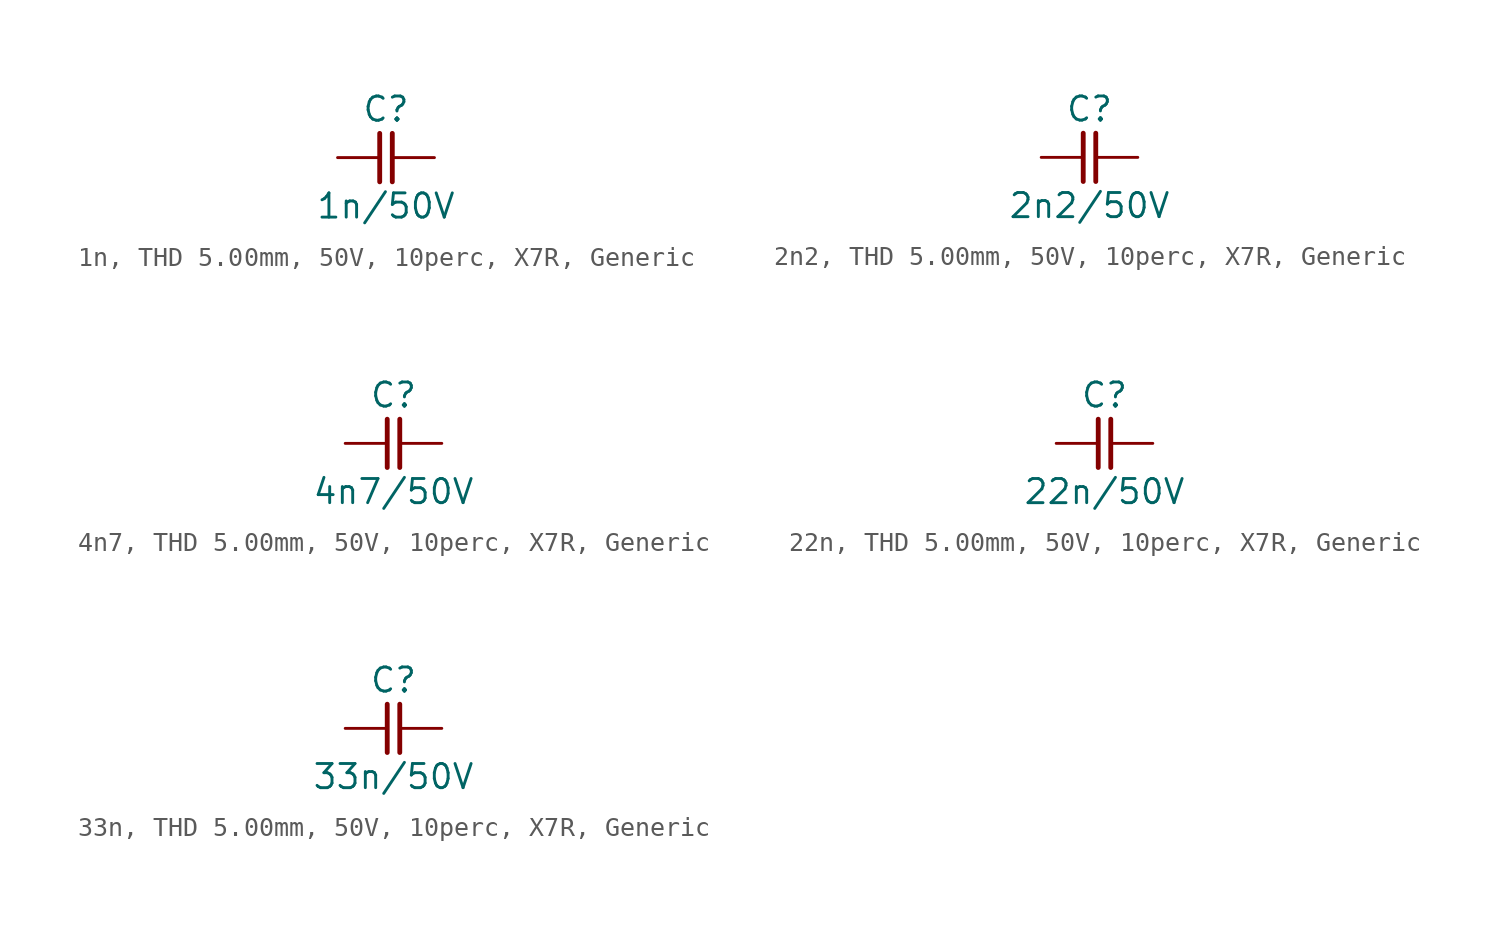
<source format=kicad_sym>
(kicad_symbol_lib
  (version 20241209)
  (generator "kicad_symbol_editor")
  (generator_version "9.0")
  (symbol "1n, THD 5.00mm, 50V, 10perc, X7R, Generic"
    (pin_numbers
      (hide yes))
    (pin_names
      (offset 0)
      (hide yes))
    (property "Reference" "C"
      (at 0 2.54 0)
      (effects (font (size 1.27 1.27))))
    (property "Value" "1n/50V"
      (at 0 -2.54 0)
      (effects (font (size 1.27 1.27))))
    (symbol "1n, THD 5.00mm, 50V, 10perc, X7R, Generic_0_1"
      (polyline (pts (xy -0.33 1.27) (xy -0.33 -1.27)) (stroke (width 0.254) (type default)) (fill (type none)))
      (polyline (pts (xy 0.33 1.27) (xy 0.33 -1.27)) (stroke (width 0.254) (type default)) (fill (type none))))
    (symbol "1n, THD 5.00mm, 50V, 10perc, X7R, Generic_1_1"
      (pin passive line (at -2.54 0 0) (length 2.21) (name "1" (effects (font (size 1.27 1.27)))) (number "1" (effects (font (size 1.27 1.27)))))
      (pin passive line (at 2.54 0 180) (length 2.21) (name "2" (effects (font (size 1.27 1.27)))) (number "2" (effects (font (size 1.27 1.27)))))))
  (symbol "2n2, THD 5.00mm, 50V, 10perc, X7R, Generic"
    (pin_numbers
      (hide yes))
    (pin_names
      (offset 0)
      (hide yes))
    (property "Reference" "C"
      (at 0 2.54 0)
      (effects (font (size 1.27 1.27))))
    (property "Value" "2n2/50V"
      (at 0 -2.54 0)
      (effects (font (size 1.27 1.27))))
    (symbol "2n2, THD 5.00mm, 50V, 10perc, X7R, Generic_0_1"
      (polyline (pts (xy -0.33 1.27) (xy -0.33 -1.27)) (stroke (width 0.254) (type default)) (fill (type none)))
      (polyline (pts (xy 0.33 1.27) (xy 0.33 -1.27)) (stroke (width 0.254) (type default)) (fill (type none))))
    (symbol "2n2, THD 5.00mm, 50V, 10perc, X7R, Generic_1_1"
      (pin passive line (at -2.54 0 0) (length 2.21) (name "1" (effects (font (size 1.27 1.27)))) (number "1" (effects (font (size 1.27 1.27)))))
      (pin passive line (at 2.54 0 180) (length 2.21) (name "2" (effects (font (size 1.27 1.27)))) (number "2" (effects (font (size 1.27 1.27)))))))
  (symbol "4n7, THD 5.00mm, 50V, 10perc, X7R, Generic"
    (pin_numbers
      (hide yes))
    (pin_names
      (offset 0)
      (hide yes))
    (property "Reference" "C"
      (at 0 2.54 0)
      (effects (font (size 1.27 1.27))))
    (property "Value" "4n7/50V"
      (at 0 -2.54 0)
      (effects (font (size 1.27 1.27))))
    (symbol "4n7, THD 5.00mm, 50V, 10perc, X7R, Generic_0_1"
      (polyline (pts (xy -0.33 1.27) (xy -0.33 -1.27)) (stroke (width 0.254) (type default)) (fill (type none)))
      (polyline (pts (xy 0.33 1.27) (xy 0.33 -1.27)) (stroke (width 0.254) (type default)) (fill (type none))))
    (symbol "4n7, THD 5.00mm, 50V, 10perc, X7R, Generic_1_1"
      (pin passive line (at -2.54 0 0) (length 2.21) (name "1" (effects (font (size 1.27 1.27)))) (number "1" (effects (font (size 1.27 1.27)))))
      (pin passive line (at 2.54 0 180) (length 2.21) (name "2" (effects (font (size 1.27 1.27)))) (number "2" (effects (font (size 1.27 1.27)))))))
  (symbol "22n, THD 5.00mm, 50V, 10perc, X7R, Generic"
    (pin_numbers
      (hide yes))
    (pin_names
      (offset 0)
      (hide yes))
    (property "Reference" "C"
      (at 0 2.54 0)
      (effects (font (size 1.27 1.27))))
    (property "Value" "22n/50V"
      (at 0 -2.54 0)
      (effects (font (size 1.27 1.27))))
    (symbol "22n, THD 5.00mm, 50V, 10perc, X7R, Generic_0_1"
      (polyline (pts (xy -0.33 1.27) (xy -0.33 -1.27)) (stroke (width 0.254) (type default)) (fill (type none)))
      (polyline (pts (xy 0.33 1.27) (xy 0.33 -1.27)) (stroke (width 0.254) (type default)) (fill (type none))))
    (symbol "22n, THD 5.00mm, 50V, 10perc, X7R, Generic_1_1"
      (pin passive line (at -2.54 0 0) (length 2.21) (name "1" (effects (font (size 1.27 1.27)))) (number "1" (effects (font (size 1.27 1.27)))))
      (pin passive line (at 2.54 0 180) (length 2.21) (name "2" (effects (font (size 1.27 1.27)))) (number "2" (effects (font (size 1.27 1.27)))))))
  (symbol "33n, THD 5.00mm, 50V, 10perc, X7R, Generic"
    (pin_numbers
      (hide yes))
    (pin_names
      (offset 0)
      (hide yes))
    (property "Reference" "C"
      (at 0 2.54 0)
      (effects (font (size 1.27 1.27))))
    (property "Value" "33n/50V"
      (at 0 -2.54 0)
      (effects (font (size 1.27 1.27))))
    (symbol "33n, THD 5.00mm, 50V, 10perc, X7R, Generic_0_1"
      (polyline (pts (xy -0.33 1.27) (xy -0.33 -1.27)) (stroke (width 0.254) (type default)) (fill (type none)))
      (polyline (pts (xy 0.33 1.27) (xy 0.33 -1.27)) (stroke (width 0.254) (type default)) (fill (type none))))
    (symbol "33n, THD 5.00mm, 50V, 10perc, X7R, Generic_1_1"
      (pin passive line (at -2.54 0 0) (length 2.21) (name "1" (effects (font (size 1.27 1.27)))) (number "1" (effects (font (size 1.27 1.27)))))
      (pin passive line (at 2.54 0 180) (length 2.21) (name "2" (effects (font (size 1.27 1.27)))) (number "2" (effects (font (size 1.27 1.27))))))))
</source>
